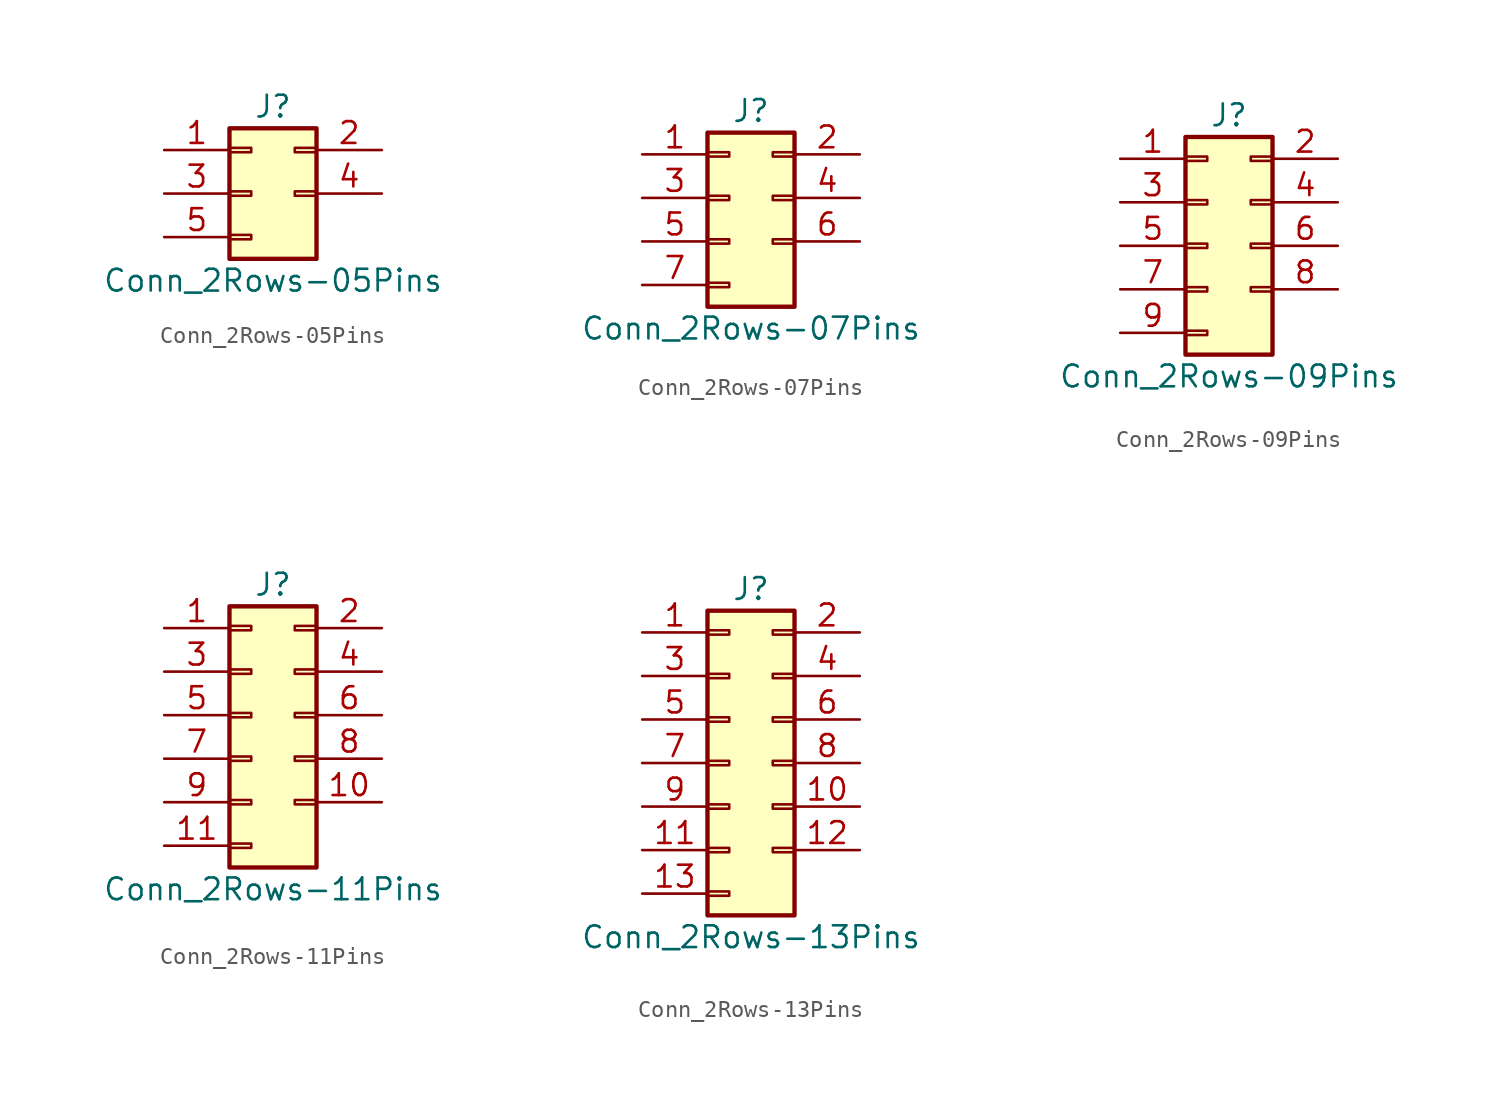
<source format=kicad_sym>
(kicad_symbol_lib
  (version 20220914)
  (generator kicad_symbol_editor)
  (symbol "Conn_2Rows-05Pins"
    (pin_names
      (offset 1.016) hide)
    (property "Reference" "J"
      (at 1.27 5.08 0)
      (effects (font (size 1.27 1.27))))
    (property "Value" "Conn_2Rows-05Pins"
      (at 1.27 -5.08 0)
      (effects (font (size 1.27 1.27))))
    (symbol "Conn_2Rows-05Pins_1_1"
      (rectangle (start -1.27 -2.413) (end 0 -2.667) (stroke (width 0.152) (type solid)) (fill (type none)))
      (rectangle (start -1.27 0.127) (end 0 -0.127) (stroke (width 0.152) (type solid)) (fill (type none)))
      (rectangle (start -1.27 2.667) (end 0 2.413) (stroke (width 0.152) (type solid)) (fill (type none)))
      (rectangle (start -1.27 3.81) (end 3.81 -3.81) (stroke (width 0.254) (type solid)) (fill (type background)))
      (rectangle (start 3.81 0.127) (end 2.54 -0.127) (stroke (width 0.152) (type solid)) (fill (type none)))
      (rectangle (start 3.81 2.667) (end 2.54 2.413) (stroke (width 0.152) (type solid)) (fill (type none)))
      (pin passive line (at -5.08 2.54 0) (length 3.81) (name "Pin_1" (effects (font (size 1.27 1.27)))) (number "1" (effects (font (size 1.27 1.27)))))
      (pin passive line (at 7.62 2.54 180) (length 3.81) (name "Pin_2" (effects (font (size 1.27 1.27)))) (number "2" (effects (font (size 1.27 1.27)))))
      (pin passive line (at -5.08 0 0) (length 3.81) (name "Pin_3" (effects (font (size 1.27 1.27)))) (number "3" (effects (font (size 1.27 1.27)))))
      (pin passive line (at 7.62 0 180) (length 3.81) (name "Pin_4" (effects (font (size 1.27 1.27)))) (number "4" (effects (font (size 1.27 1.27)))))
      (pin passive line (at -5.08 -2.54 0) (length 3.81) (name "Pin_5" (effects (font (size 1.27 1.27)))) (number "5" (effects (font (size 1.27 1.27)))))))
  (symbol "Conn_2Rows-07Pins"
    (pin_names
      (offset 1.016) hide)
    (property "Reference" "J"
      (at 1.27 5.08 0)
      (effects (font (size 1.27 1.27))))
    (property "Value" "Conn_2Rows-07Pins"
      (at 1.27 -7.62 0)
      (effects (font (size 1.27 1.27))))
    (symbol "Conn_2Rows-07Pins_1_1"
      (rectangle (start -1.27 -4.953) (end 0 -5.207) (stroke (width 0.152) (type solid)) (fill (type none)))
      (rectangle (start -1.27 -2.413) (end 0 -2.667) (stroke (width 0.152) (type solid)) (fill (type none)))
      (rectangle (start -1.27 0.127) (end 0 -0.127) (stroke (width 0.152) (type solid)) (fill (type none)))
      (rectangle (start -1.27 2.667) (end 0 2.413) (stroke (width 0.152) (type solid)) (fill (type none)))
      (rectangle (start -1.27 3.81) (end 3.81 -6.35) (stroke (width 0.254) (type solid)) (fill (type background)))
      (rectangle (start 3.81 -2.413) (end 2.54 -2.667) (stroke (width 0.152) (type solid)) (fill (type none)))
      (rectangle (start 3.81 0.127) (end 2.54 -0.127) (stroke (width 0.152) (type solid)) (fill (type none)))
      (rectangle (start 3.81 2.667) (end 2.54 2.413) (stroke (width 0.152) (type solid)) (fill (type none)))
      (pin passive line (at -5.08 2.54 0) (length 3.81) (name "Pin_1" (effects (font (size 1.27 1.27)))) (number "1" (effects (font (size 1.27 1.27)))))
      (pin passive line (at 7.62 2.54 180) (length 3.81) (name "Pin_2" (effects (font (size 1.27 1.27)))) (number "2" (effects (font (size 1.27 1.27)))))
      (pin passive line (at -5.08 0 0) (length 3.81) (name "Pin_3" (effects (font (size 1.27 1.27)))) (number "3" (effects (font (size 1.27 1.27)))))
      (pin passive line (at 7.62 0 180) (length 3.81) (name "Pin_4" (effects (font (size 1.27 1.27)))) (number "4" (effects (font (size 1.27 1.27)))))
      (pin passive line (at -5.08 -2.54 0) (length 3.81) (name "Pin_5" (effects (font (size 1.27 1.27)))) (number "5" (effects (font (size 1.27 1.27)))))
      (pin passive line (at 7.62 -2.54 180) (length 3.81) (name "Pin_6" (effects (font (size 1.27 1.27)))) (number "6" (effects (font (size 1.27 1.27)))))
      (pin passive line (at -5.08 -5.08 0) (length 3.81) (name "Pin_7" (effects (font (size 1.27 1.27)))) (number "7" (effects (font (size 1.27 1.27)))))))
  (symbol "Conn_2Rows-09Pins"
    (pin_names
      (offset 1.016) hide)
    (property "Reference" "J"
      (at 1.27 7.62 0)
      (effects (font (size 1.27 1.27))))
    (property "Value" "Conn_2Rows-09Pins"
      (at 1.27 -7.62 0)
      (effects (font (size 1.27 1.27))))
    (symbol "Conn_2Rows-09Pins_1_1"
      (rectangle (start -1.27 -4.953) (end 0 -5.207) (stroke (width 0.152) (type solid)) (fill (type none)))
      (rectangle (start -1.27 -2.413) (end 0 -2.667) (stroke (width 0.152) (type solid)) (fill (type none)))
      (rectangle (start -1.27 0.127) (end 0 -0.127) (stroke (width 0.152) (type solid)) (fill (type none)))
      (rectangle (start -1.27 2.667) (end 0 2.413) (stroke (width 0.152) (type solid)) (fill (type none)))
      (rectangle (start -1.27 5.207) (end 0 4.953) (stroke (width 0.152) (type solid)) (fill (type none)))
      (rectangle (start -1.27 6.35) (end 3.81 -6.35) (stroke (width 0.254) (type solid)) (fill (type background)))
      (rectangle (start 3.81 -2.413) (end 2.54 -2.667) (stroke (width 0.152) (type solid)) (fill (type none)))
      (rectangle (start 3.81 0.127) (end 2.54 -0.127) (stroke (width 0.152) (type solid)) (fill (type none)))
      (rectangle (start 3.81 2.667) (end 2.54 2.413) (stroke (width 0.152) (type solid)) (fill (type none)))
      (rectangle (start 3.81 5.207) (end 2.54 4.953) (stroke (width 0.152) (type solid)) (fill (type none)))
      (pin passive line (at -5.08 5.08 0) (length 3.81) (name "Pin_1" (effects (font (size 1.27 1.27)))) (number "1" (effects (font (size 1.27 1.27)))))
      (pin passive line (at 7.62 5.08 180) (length 3.81) (name "Pin_2" (effects (font (size 1.27 1.27)))) (number "2" (effects (font (size 1.27 1.27)))))
      (pin passive line (at -5.08 2.54 0) (length 3.81) (name "Pin_3" (effects (font (size 1.27 1.27)))) (number "3" (effects (font (size 1.27 1.27)))))
      (pin passive line (at 7.62 2.54 180) (length 3.81) (name "Pin_4" (effects (font (size 1.27 1.27)))) (number "4" (effects (font (size 1.27 1.27)))))
      (pin passive line (at -5.08 0 0) (length 3.81) (name "Pin_5" (effects (font (size 1.27 1.27)))) (number "5" (effects (font (size 1.27 1.27)))))
      (pin passive line (at 7.62 0 180) (length 3.81) (name "Pin_6" (effects (font (size 1.27 1.27)))) (number "6" (effects (font (size 1.27 1.27)))))
      (pin passive line (at -5.08 -2.54 0) (length 3.81) (name "Pin_7" (effects (font (size 1.27 1.27)))) (number "7" (effects (font (size 1.27 1.27)))))
      (pin passive line (at 7.62 -2.54 180) (length 3.81) (name "Pin_8" (effects (font (size 1.27 1.27)))) (number "8" (effects (font (size 1.27 1.27)))))
      (pin passive line (at -5.08 -5.08 0) (length 3.81) (name "Pin_9" (effects (font (size 1.27 1.27)))) (number "9" (effects (font (size 1.27 1.27)))))))
  (symbol "Conn_2Rows-11Pins"
    (pin_names
      (offset 1.016) hide)
    (property "Reference" "J"
      (at 1.27 7.62 0)
      (effects (font (size 1.27 1.27))))
    (property "Value" "Conn_2Rows-11Pins"
      (at 1.27 -10.16 0)
      (effects (font (size 1.27 1.27))))
    (symbol "Conn_2Rows-11Pins_1_1"
      (rectangle (start -1.27 -7.493) (end 0 -7.747) (stroke (width 0.152) (type solid)) (fill (type none)))
      (rectangle (start -1.27 -4.953) (end 0 -5.207) (stroke (width 0.152) (type solid)) (fill (type none)))
      (rectangle (start -1.27 -2.413) (end 0 -2.667) (stroke (width 0.152) (type solid)) (fill (type none)))
      (rectangle (start -1.27 0.127) (end 0 -0.127) (stroke (width 0.152) (type solid)) (fill (type none)))
      (rectangle (start -1.27 2.667) (end 0 2.413) (stroke (width 0.152) (type solid)) (fill (type none)))
      (rectangle (start -1.27 5.207) (end 0 4.953) (stroke (width 0.152) (type solid)) (fill (type none)))
      (rectangle (start -1.27 6.35) (end 3.81 -8.89) (stroke (width 0.254) (type solid)) (fill (type background)))
      (rectangle (start 3.81 -4.953) (end 2.54 -5.207) (stroke (width 0.152) (type solid)) (fill (type none)))
      (rectangle (start 3.81 -2.413) (end 2.54 -2.667) (stroke (width 0.152) (type solid)) (fill (type none)))
      (rectangle (start 3.81 0.127) (end 2.54 -0.127) (stroke (width 0.152) (type solid)) (fill (type none)))
      (rectangle (start 3.81 2.667) (end 2.54 2.413) (stroke (width 0.152) (type solid)) (fill (type none)))
      (rectangle (start 3.81 5.207) (end 2.54 4.953) (stroke (width 0.152) (type solid)) (fill (type none)))
      (pin passive line (at -5.08 5.08 0) (length 3.81) (name "Pin_1" (effects (font (size 1.27 1.27)))) (number "1" (effects (font (size 1.27 1.27)))))
      (pin passive line (at 7.62 -5.08 180) (length 3.81) (name "Pin_10" (effects (font (size 1.27 1.27)))) (number "10" (effects (font (size 1.27 1.27)))))
      (pin passive line (at -5.08 -7.62 0) (length 3.81) (name "Pin_11" (effects (font (size 1.27 1.27)))) (number "11" (effects (font (size 1.27 1.27)))))
      (pin passive line (at 7.62 5.08 180) (length 3.81) (name "Pin_2" (effects (font (size 1.27 1.27)))) (number "2" (effects (font (size 1.27 1.27)))))
      (pin passive line (at -5.08 2.54 0) (length 3.81) (name "Pin_3" (effects (font (size 1.27 1.27)))) (number "3" (effects (font (size 1.27 1.27)))))
      (pin passive line (at 7.62 2.54 180) (length 3.81) (name "Pin_4" (effects (font (size 1.27 1.27)))) (number "4" (effects (font (size 1.27 1.27)))))
      (pin passive line (at -5.08 0 0) (length 3.81) (name "Pin_5" (effects (font (size 1.27 1.27)))) (number "5" (effects (font (size 1.27 1.27)))))
      (pin passive line (at 7.62 0 180) (length 3.81) (name "Pin_6" (effects (font (size 1.27 1.27)))) (number "6" (effects (font (size 1.27 1.27)))))
      (pin passive line (at -5.08 -2.54 0) (length 3.81) (name "Pin_7" (effects (font (size 1.27 1.27)))) (number "7" (effects (font (size 1.27 1.27)))))
      (pin passive line (at 7.62 -2.54 180) (length 3.81) (name "Pin_8" (effects (font (size 1.27 1.27)))) (number "8" (effects (font (size 1.27 1.27)))))
      (pin passive line (at -5.08 -5.08 0) (length 3.81) (name "Pin_9" (effects (font (size 1.27 1.27)))) (number "9" (effects (font (size 1.27 1.27)))))))
  (symbol "Conn_2Rows-13Pins"
    (pin_names
      (offset 1.016) hide)
    (property "Reference" "J"
      (at 1.27 10.16 0)
      (effects (font (size 1.27 1.27))))
    (property "Value" "Conn_2Rows-13Pins"
      (at 1.27 -10.16 0)
      (effects (font (size 1.27 1.27))))
    (symbol "Conn_2Rows-13Pins_1_1"
      (rectangle (start -1.27 -7.493) (end 0 -7.747) (stroke (width 0.152) (type solid)) (fill (type none)))
      (rectangle (start -1.27 -4.953) (end 0 -5.207) (stroke (width 0.152) (type solid)) (fill (type none)))
      (rectangle (start -1.27 -2.413) (end 0 -2.667) (stroke (width 0.152) (type solid)) (fill (type none)))
      (rectangle (start -1.27 0.127) (end 0 -0.127) (stroke (width 0.152) (type solid)) (fill (type none)))
      (rectangle (start -1.27 2.667) (end 0 2.413) (stroke (width 0.152) (type solid)) (fill (type none)))
      (rectangle (start -1.27 5.207) (end 0 4.953) (stroke (width 0.152) (type solid)) (fill (type none)))
      (rectangle (start -1.27 7.747) (end 0 7.493) (stroke (width 0.152) (type solid)) (fill (type none)))
      (rectangle (start -1.27 8.89) (end 3.81 -8.89) (stroke (width 0.254) (type solid)) (fill (type background)))
      (rectangle (start 3.81 -4.953) (end 2.54 -5.207) (stroke (width 0.152) (type solid)) (fill (type none)))
      (rectangle (start 3.81 -2.413) (end 2.54 -2.667) (stroke (width 0.152) (type solid)) (fill (type none)))
      (rectangle (start 3.81 0.127) (end 2.54 -0.127) (stroke (width 0.152) (type solid)) (fill (type none)))
      (rectangle (start 3.81 2.667) (end 2.54 2.413) (stroke (width 0.152) (type solid)) (fill (type none)))
      (rectangle (start 3.81 5.207) (end 2.54 4.953) (stroke (width 0.152) (type solid)) (fill (type none)))
      (rectangle (start 3.81 7.747) (end 2.54 7.493) (stroke (width 0.152) (type solid)) (fill (type none)))
      (pin passive line (at -5.08 7.62 0) (length 3.81) (name "Pin_1" (effects (font (size 1.27 1.27)))) (number "1" (effects (font (size 1.27 1.27)))))
      (pin passive line (at 7.62 -2.54 180) (length 3.81) (name "Pin_10" (effects (font (size 1.27 1.27)))) (number "10" (effects (font (size 1.27 1.27)))))
      (pin passive line (at -5.08 -5.08 0) (length 3.81) (name "Pin_11" (effects (font (size 1.27 1.27)))) (number "11" (effects (font (size 1.27 1.27)))))
      (pin passive line (at 7.62 -5.08 180) (length 3.81) (name "Pin_12" (effects (font (size 1.27 1.27)))) (number "12" (effects (font (size 1.27 1.27)))))
      (pin passive line (at -5.08 -7.62 0) (length 3.81) (name "Pin_13" (effects (font (size 1.27 1.27)))) (number "13" (effects (font (size 1.27 1.27)))))
      (pin passive line (at 7.62 7.62 180) (length 3.81) (name "Pin_2" (effects (font (size 1.27 1.27)))) (number "2" (effects (font (size 1.27 1.27)))))
      (pin passive line (at -5.08 5.08 0) (length 3.81) (name "Pin_3" (effects (font (size 1.27 1.27)))) (number "3" (effects (font (size 1.27 1.27)))))
      (pin passive line (at 7.62 5.08 180) (length 3.81) (name "Pin_4" (effects (font (size 1.27 1.27)))) (number "4" (effects (font (size 1.27 1.27)))))
      (pin passive line (at -5.08 2.54 0) (length 3.81) (name "Pin_5" (effects (font (size 1.27 1.27)))) (number "5" (effects (font (size 1.27 1.27)))))
      (pin passive line (at 7.62 2.54 180) (length 3.81) (name "Pin_6" (effects (font (size 1.27 1.27)))) (number "6" (effects (font (size 1.27 1.27)))))
      (pin passive line (at -5.08 0 0) (length 3.81) (name "Pin_7" (effects (font (size 1.27 1.27)))) (number "7" (effects (font (size 1.27 1.27)))))
      (pin passive line (at 7.62 0 180) (length 3.81) (name "Pin_8" (effects (font (size 1.27 1.27)))) (number "8" (effects (font (size 1.27 1.27)))))
      (pin passive line (at -5.08 -2.54 0) (length 3.81) (name "Pin_9" (effects (font (size 1.27 1.27)))) (number "9" (effects (font (size 1.27 1.27))))))))
</source>
